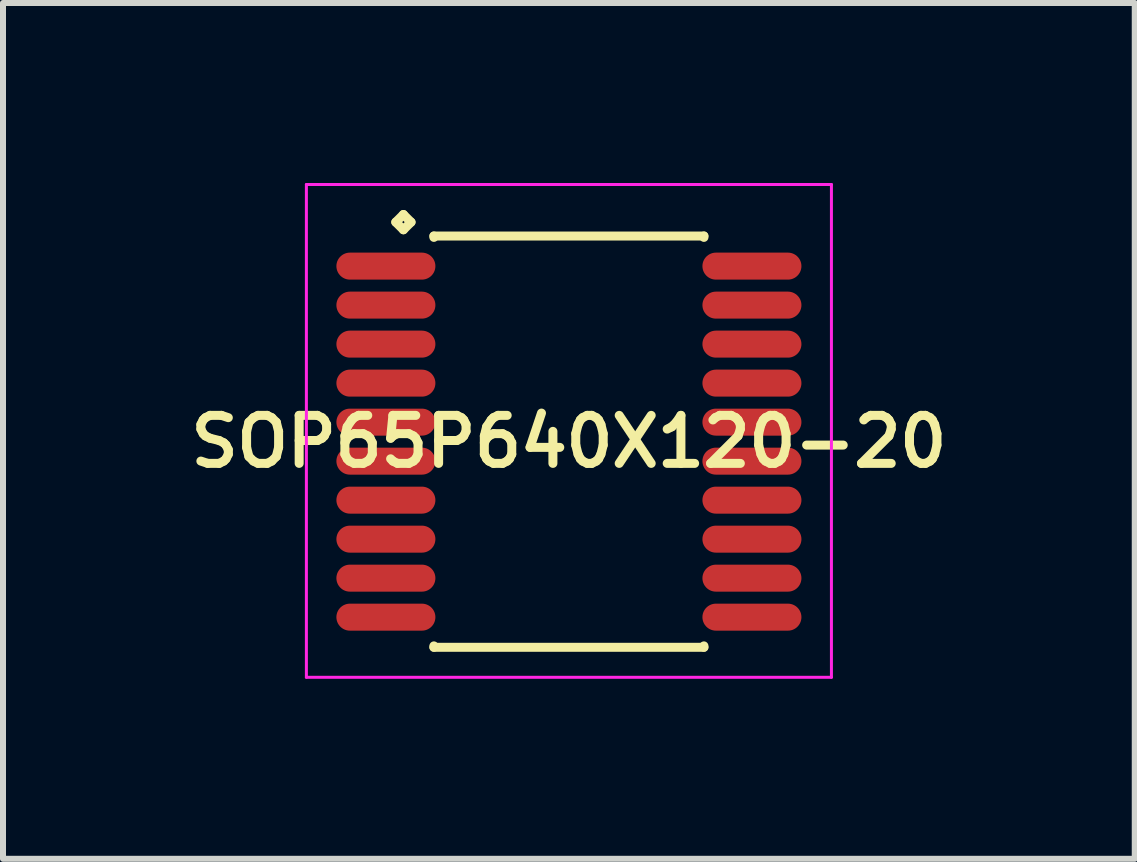
<source format=kicad_pcb>
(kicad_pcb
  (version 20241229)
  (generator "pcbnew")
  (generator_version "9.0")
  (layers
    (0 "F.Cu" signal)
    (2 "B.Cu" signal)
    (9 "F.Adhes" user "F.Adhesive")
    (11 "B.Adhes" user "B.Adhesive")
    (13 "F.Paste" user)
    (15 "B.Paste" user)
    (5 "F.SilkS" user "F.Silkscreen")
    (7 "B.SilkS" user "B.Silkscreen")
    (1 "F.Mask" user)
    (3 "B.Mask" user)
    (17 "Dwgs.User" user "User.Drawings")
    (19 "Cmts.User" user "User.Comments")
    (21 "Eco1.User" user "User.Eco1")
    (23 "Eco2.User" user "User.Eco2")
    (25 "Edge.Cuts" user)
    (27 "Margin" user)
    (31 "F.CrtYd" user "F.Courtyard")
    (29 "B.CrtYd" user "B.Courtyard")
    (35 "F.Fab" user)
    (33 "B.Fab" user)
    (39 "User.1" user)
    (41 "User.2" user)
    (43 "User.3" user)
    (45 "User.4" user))
  (footprint "SOP65P640X120-20"
    (layer "F.Cu")
    (at 6.431 4.31)
    (property "Reference" "SOP65P640X120-20" (at 0 0 0) (layer "F.SilkS") (effects (font (size 0.8 0.8) (thickness 0.15))))
    (attr smd)
    (fp_line (start -2.885 -3.658) (end -2.758 -3.785) (stroke (width 0.15) (type solid)) (layer "F.SilkS"))
    (fp_line (start -2.758 -3.785) (end -2.631 -3.658) (stroke (width 0.15) (type solid)) (layer "F.SilkS"))
    (fp_line (start -2.758 -3.531) (end -2.885 -3.658) (stroke (width 0.15) (type solid)) (layer "F.SilkS"))
    (fp_line (start -2.631 -3.658) (end -2.758 -3.531) (stroke (width 0.15) (type solid)) (layer "F.SilkS"))
    (fp_line (start -2.25 -3.427) (end 2.25 -3.427) (stroke (width 0.15) (type solid)) (layer "F.SilkS"))
    (fp_line (start -2.25 -3.404) (end -2.25 -3.427) (stroke (width 0.15) (type solid)) (layer "F.SilkS"))
    (fp_line (start -2.25 3.404) (end -2.25 3.427) (stroke (width 0.15) (type solid)) (layer "F.SilkS"))
    (fp_line (start -2.25 3.427) (end 2.25 3.427) (stroke (width 0.15) (type solid)) (layer "F.SilkS"))
    (fp_line (start 2.25 -3.427) (end 2.25 -3.404) (stroke (width 0.15) (type solid)) (layer "F.SilkS"))
    (fp_line (start 2.25 3.427) (end 2.25 3.404) (stroke (width 0.15) (type solid)) (layer "F.SilkS"))
    (fp_line (start -4.375 -4.285) (end 4.375 -4.285) (stroke (width 0.05) (type solid)) (layer "F.CrtYd"))
    (fp_line (start -4.375 3.927) (end -4.375 -4.285) (stroke (width 0.05) (type solid)) (layer "F.CrtYd"))
    (fp_line (start 4.375 -4.285) (end 4.375 3.927) (stroke (width 0.05) (type solid)) (layer "F.CrtYd"))
    (fp_line (start 4.375 3.927) (end -4.375 3.927) (stroke (width 0.05) (type solid)) (layer "F.CrtYd"))
    (pad "1" smd oval (at -3.05 -2.925) (size 1.65 0.45) (layers "F.Cu" "F.Mask" "F.Paste"))
    (pad "2" smd oval (at -3.05 -2.275) (size 1.65 0.45) (layers "F.Cu" "F.Mask" "F.Paste"))
    (pad "3" smd oval (at -3.05 -1.625) (size 1.65 0.45) (layers "F.Cu" "F.Mask" "F.Paste"))
    (pad "4" smd oval (at -3.05 -0.975) (size 1.65 0.45) (layers "F.Cu" "F.Mask" "F.Paste"))
    (pad "5" smd oval (at -3.05 -0.325) (size 1.65 0.45) (layers "F.Cu" "F.Mask" "F.Paste"))
    (pad "6" smd oval (at -3.05 0.325) (size 1.65 0.45) (layers "F.Cu" "F.Mask" "F.Paste"))
    (pad "7" smd oval (at -3.05 0.975) (size 1.65 0.45) (layers "F.Cu" "F.Mask" "F.Paste"))
    (pad "8" smd oval (at -3.05 1.625) (size 1.65 0.45) (layers "F.Cu" "F.Mask" "F.Paste"))
    (pad "9" smd oval (at -3.05 2.275) (size 1.65 0.45) (layers "F.Cu" "F.Mask" "F.Paste"))
    (pad "10" smd oval (at -3.05 2.925) (size 1.65 0.45) (layers "F.Cu" "F.Mask" "F.Paste"))
    (pad "11" smd oval (at 3.05 2.925) (size 1.65 0.45) (layers "F.Cu" "F.Mask" "F.Paste"))
    (pad "12" smd oval (at 3.05 2.275) (size 1.65 0.45) (layers "F.Cu" "F.Mask" "F.Paste"))
    (pad "13" smd oval (at 3.05 1.625) (size 1.65 0.45) (layers "F.Cu" "F.Mask" "F.Paste"))
    (pad "14" smd oval (at 3.05 0.975) (size 1.65 0.45) (layers "F.Cu" "F.Mask" "F.Paste"))
    (pad "15" smd oval (at 3.05 0.325) (size 1.65 0.45) (layers "F.Cu" "F.Mask" "F.Paste"))
    (pad "16" smd oval (at 3.05 -0.325) (size 1.65 0.45) (layers "F.Cu" "F.Mask" "F.Paste"))
    (pad "17" smd oval (at 3.05 -0.975) (size 1.65 0.45) (layers "F.Cu" "F.Mask" "F.Paste"))
    (pad "18" smd oval (at 3.05 -1.625) (size 1.65 0.45) (layers "F.Cu" "F.Mask" "F.Paste"))
    (pad "19" smd oval (at 3.05 -2.275) (size 1.65 0.45) (layers "F.Cu" "F.Mask" "F.Paste"))
    (pad "20" smd oval (at 3.05 -2.925) (size 1.65 0.45) (layers "F.Cu" "F.Mask" "F.Paste")))
  (gr_rect
    (start -3 -3)
    (end 15.861 11.262)
    (stroke (width 0.1) (type default))
    (fill no)
    (layer "Edge.Cuts")))
</source>
